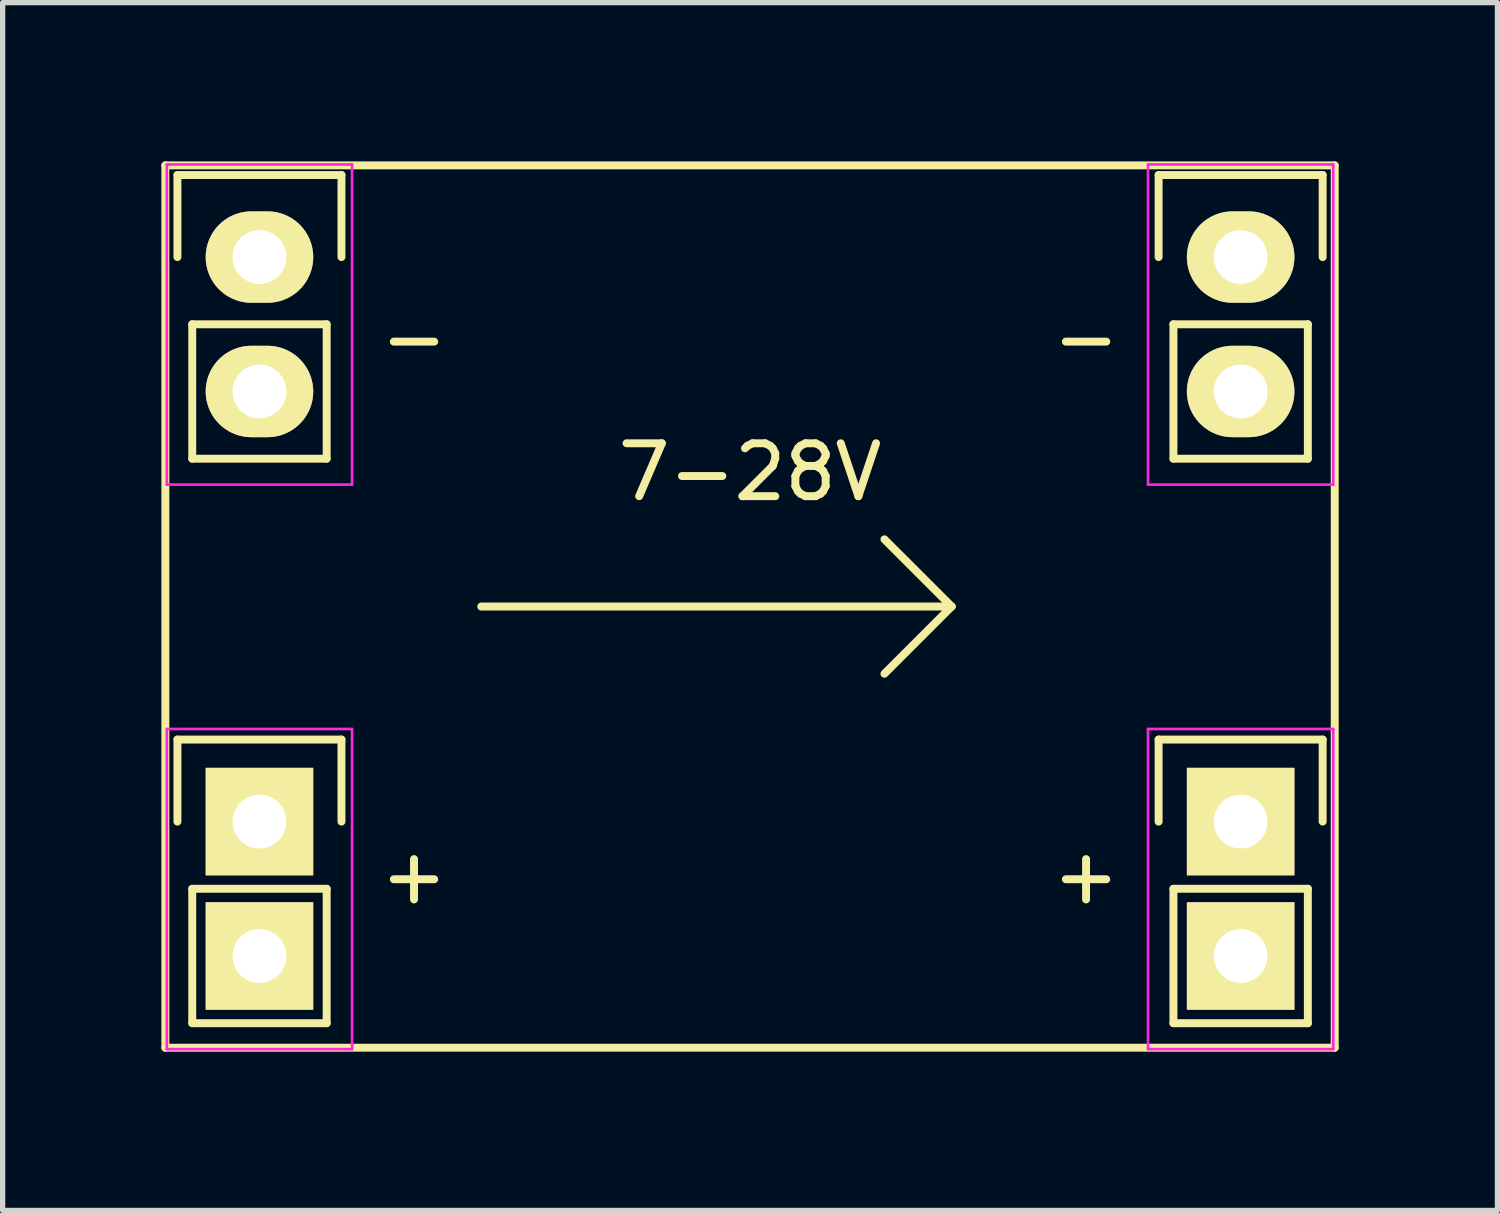
<source format=kicad_pcb>
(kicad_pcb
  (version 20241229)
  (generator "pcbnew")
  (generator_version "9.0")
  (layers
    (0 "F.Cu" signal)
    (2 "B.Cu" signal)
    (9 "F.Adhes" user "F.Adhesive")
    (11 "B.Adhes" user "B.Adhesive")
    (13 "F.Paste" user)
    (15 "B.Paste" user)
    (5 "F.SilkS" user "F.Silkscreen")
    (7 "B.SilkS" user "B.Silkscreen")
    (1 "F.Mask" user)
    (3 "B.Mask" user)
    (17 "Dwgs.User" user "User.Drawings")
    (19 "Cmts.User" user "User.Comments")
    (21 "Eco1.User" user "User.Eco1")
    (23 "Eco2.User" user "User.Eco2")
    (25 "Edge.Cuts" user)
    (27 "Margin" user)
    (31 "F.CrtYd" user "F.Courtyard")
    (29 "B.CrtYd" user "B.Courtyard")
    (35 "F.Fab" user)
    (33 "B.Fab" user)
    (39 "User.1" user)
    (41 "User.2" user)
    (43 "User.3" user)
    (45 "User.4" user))
  (footprint "7-28V"
    (layer "F.Cu")
    (at 11.124 8.412)
    (property "Reference" "7-28V" (at 0 -2.54 0) (layer "F.SilkS") (effects (font (size 1 1) (thickness 0.15))))
    (attr through_hole)
    (fp_line (start -11.049 8.337) (end -11.049 -8.337) (stroke (width 0.15) (type solid)) (layer "F.SilkS"))
    (fp_line (start -10.821 -8.154) (end -7.721 -8.154) (stroke (width 0.15) (type solid)) (layer "F.SilkS"))
    (fp_line (start -10.821 -6.604) (end -10.821 -8.154) (stroke (width 0.15) (type solid)) (layer "F.SilkS"))
    (fp_line (start -10.821 2.514) (end -7.721 2.514) (stroke (width 0.15) (type solid)) (layer "F.SilkS"))
    (fp_line (start -10.821 4.064) (end -10.821 2.514) (stroke (width 0.15) (type solid)) (layer "F.SilkS"))
    (fp_line (start -10.541 -5.334) (end -10.541 -2.794) (stroke (width 0.15) (type solid)) (layer "F.SilkS"))
    (fp_line (start -10.541 -2.794) (end -8.001 -2.794) (stroke (width 0.15) (type solid)) (layer "F.SilkS"))
    (fp_line (start -10.541 5.334) (end -10.541 7.874) (stroke (width 0.15) (type solid)) (layer "F.SilkS"))
    (fp_line (start -10.541 7.874) (end -8.001 7.874) (stroke (width 0.15) (type solid)) (layer "F.SilkS"))
    (fp_line (start -8.001 -5.334) (end -10.541 -5.334) (stroke (width 0.15) (type solid)) (layer "F.SilkS"))
    (fp_line (start -8.001 -5.334) (end -8.001 -2.794) (stroke (width 0.15) (type solid)) (layer "F.SilkS"))
    (fp_line (start -8.001 5.334) (end -10.541 5.334) (stroke (width 0.15) (type solid)) (layer "F.SilkS"))
    (fp_line (start -8.001 5.334) (end -8.001 7.874) (stroke (width 0.15) (type solid)) (layer "F.SilkS"))
    (fp_line (start -7.721 -8.154) (end -7.721 -6.604) (stroke (width 0.15) (type solid)) (layer "F.SilkS"))
    (fp_line (start -7.721 2.514) (end -7.721 4.064) (stroke (width 0.15) (type solid)) (layer "F.SilkS"))
    (fp_line (start -5.08 0) (end 3.81 0) (stroke (width 0.15) (type solid)) (layer "F.SilkS"))
    (fp_line (start 2.54 -1.27) (end 3.81 0) (stroke (width 0.15) (type solid)) (layer "F.SilkS"))
    (fp_line (start 3.81 0) (end 2.54 1.27) (stroke (width 0.15) (type solid)) (layer "F.SilkS"))
    (fp_line (start 7.721 -8.154) (end 10.821 -8.154) (stroke (width 0.15) (type solid)) (layer "F.SilkS"))
    (fp_line (start 7.721 -6.604) (end 7.721 -8.154) (stroke (width 0.15) (type solid)) (layer "F.SilkS"))
    (fp_line (start 7.721 2.514) (end 10.821 2.514) (stroke (width 0.15) (type solid)) (layer "F.SilkS"))
    (fp_line (start 7.721 4.064) (end 7.721 2.514) (stroke (width 0.15) (type solid)) (layer "F.SilkS"))
    (fp_line (start 8.001 -5.334) (end 8.001 -2.794) (stroke (width 0.15) (type solid)) (layer "F.SilkS"))
    (fp_line (start 8.001 -2.794) (end 10.541 -2.794) (stroke (width 0.15) (type solid)) (layer "F.SilkS"))
    (fp_line (start 8.001 5.334) (end 8.001 7.874) (stroke (width 0.15) (type solid)) (layer "F.SilkS"))
    (fp_line (start 8.001 7.874) (end 10.541 7.874) (stroke (width 0.15) (type solid)) (layer "F.SilkS"))
    (fp_line (start 10.541 -5.334) (end 8.001 -5.334) (stroke (width 0.15) (type solid)) (layer "F.SilkS"))
    (fp_line (start 10.541 -5.334) (end 10.541 -2.794) (stroke (width 0.15) (type solid)) (layer "F.SilkS"))
    (fp_line (start 10.541 5.334) (end 8.001 5.334) (stroke (width 0.15) (type solid)) (layer "F.SilkS"))
    (fp_line (start 10.541 5.334) (end 10.541 7.874) (stroke (width 0.15) (type solid)) (layer "F.SilkS"))
    (fp_line (start 10.821 -8.154) (end 10.821 -6.604) (stroke (width 0.15) (type solid)) (layer "F.SilkS"))
    (fp_line (start 10.821 2.514) (end 10.821 4.064) (stroke (width 0.15) (type solid)) (layer "F.SilkS"))
    (fp_line (start 11.049 -8.337) (end -11.049 -8.337) (stroke (width 0.15) (type solid)) (layer "F.SilkS"))
    (fp_line (start 11.049 -8.337) (end 11.049 8.337) (stroke (width 0.15) (type solid)) (layer "F.SilkS"))
    (fp_line (start 11.049 8.337) (end -11.049 8.337) (stroke (width 0.15) (type solid)) (layer "F.SilkS"))
    (fp_line (start -11.021 -8.354) (end -11.021 -2.304) (stroke (width 0.05) (type solid)) (layer "F.CrtYd"))
    (fp_line (start -11.021 -8.354) (end -7.521 -8.354) (stroke (width 0.05) (type solid)) (layer "F.CrtYd"))
    (fp_line (start -11.021 -2.304) (end -7.521 -2.304) (stroke (width 0.05) (type solid)) (layer "F.CrtYd"))
    (fp_line (start -11.021 2.314) (end -11.021 8.364) (stroke (width 0.05) (type solid)) (layer "F.CrtYd"))
    (fp_line (start -11.021 2.314) (end -7.521 2.314) (stroke (width 0.05) (type solid)) (layer "F.CrtYd"))
    (fp_line (start -11.021 8.364) (end -7.521 8.364) (stroke (width 0.05) (type solid)) (layer "F.CrtYd"))
    (fp_line (start -7.521 -8.354) (end -7.521 -2.304) (stroke (width 0.05) (type solid)) (layer "F.CrtYd"))
    (fp_line (start -7.521 2.314) (end -7.521 8.364) (stroke (width 0.05) (type solid)) (layer "F.CrtYd"))
    (fp_line (start 7.521 -8.354) (end 7.521 -2.304) (stroke (width 0.05) (type solid)) (layer "F.CrtYd"))
    (fp_line (start 7.521 -8.354) (end 11.021 -8.354) (stroke (width 0.05) (type solid)) (layer "F.CrtYd"))
    (fp_line (start 7.521 -2.304) (end 11.021 -2.304) (stroke (width 0.05) (type solid)) (layer "F.CrtYd"))
    (fp_line (start 7.521 2.314) (end 7.521 8.364) (stroke (width 0.05) (type solid)) (layer "F.CrtYd"))
    (fp_line (start 7.521 2.314) (end 11.021 2.314) (stroke (width 0.05) (type solid)) (layer "F.CrtYd"))
    (fp_line (start 7.521 8.364) (end 11.021 8.364) (stroke (width 0.05) (type solid)) (layer "F.CrtYd"))
    (fp_line (start 11.021 -8.354) (end 11.021 -2.304) (stroke (width 0.05) (type solid)) (layer "F.CrtYd"))
    (fp_line (start 11.021 2.314) (end 11.021 8.364) (stroke (width 0.05) (type solid)) (layer "F.CrtYd"))
    (fp_text user "-" (at 6.35 -5.08 0) (layer "F.SilkS") (effects (font (size 1 1) (thickness 0.15))))
    (fp_text user "+" (at 6.35 5.08 0) (layer "F.SilkS") (effects (font (size 1 1) (thickness 0.15))))
    (fp_text user "-" (at -6.35 -5.08 0) (layer "F.SilkS") (effects (font (size 1 1) (thickness 0.15))))
    (fp_text user "+" (at -6.35 5.08 0) (layer "F.SilkS") (effects (font (size 1 1) (thickness 0.15))))
    (pad "1" thru_hole oval (at -9.271 -6.604) (size 2.032 1.727) (drill 1.016) (layers "*.Cu" "*.Mask" "F.SilkS"))
    (pad "1" thru_hole oval (at -9.271 -4.064) (size 2.032 1.727) (drill 1.016) (layers "*.Cu" "*.Mask" "F.SilkS"))
    (pad "1" thru_hole oval (at 9.271 -6.604) (size 2.032 1.727) (drill 1.016) (layers "*.Cu" "*.Mask" "F.SilkS"))
    (pad "1" thru_hole oval (at 9.271 -4.064) (size 2.032 1.727) (drill 1.016) (layers "*.Cu" "*.Mask" "F.SilkS"))
    (pad "3" thru_hole rect (at 9.271 4.064) (size 2.032 2.032) (drill 1.016) (layers "*.Cu" "*.Mask" "F.SilkS"))
    (pad "3" thru_hole rect (at 9.271 6.604) (size 2.032 2.032) (drill 1.016) (layers "*.Cu" "*.Mask" "F.SilkS"))
    (pad "4" thru_hole rect (at -9.271 4.064) (size 2.032 2.032) (drill 1.016) (layers "*.Cu" "*.Mask" "F.SilkS"))
    (pad "4" thru_hole rect (at -9.271 6.604) (size 2.032 2.032) (drill 1.016) (layers "*.Cu" "*.Mask" "F.SilkS")))
  (gr_rect
    (start -3 -3)
    (end 25.248 19.824)
    (stroke (width 0.1) (type default))
    (fill no)
    (layer "Edge.Cuts")))
</source>
